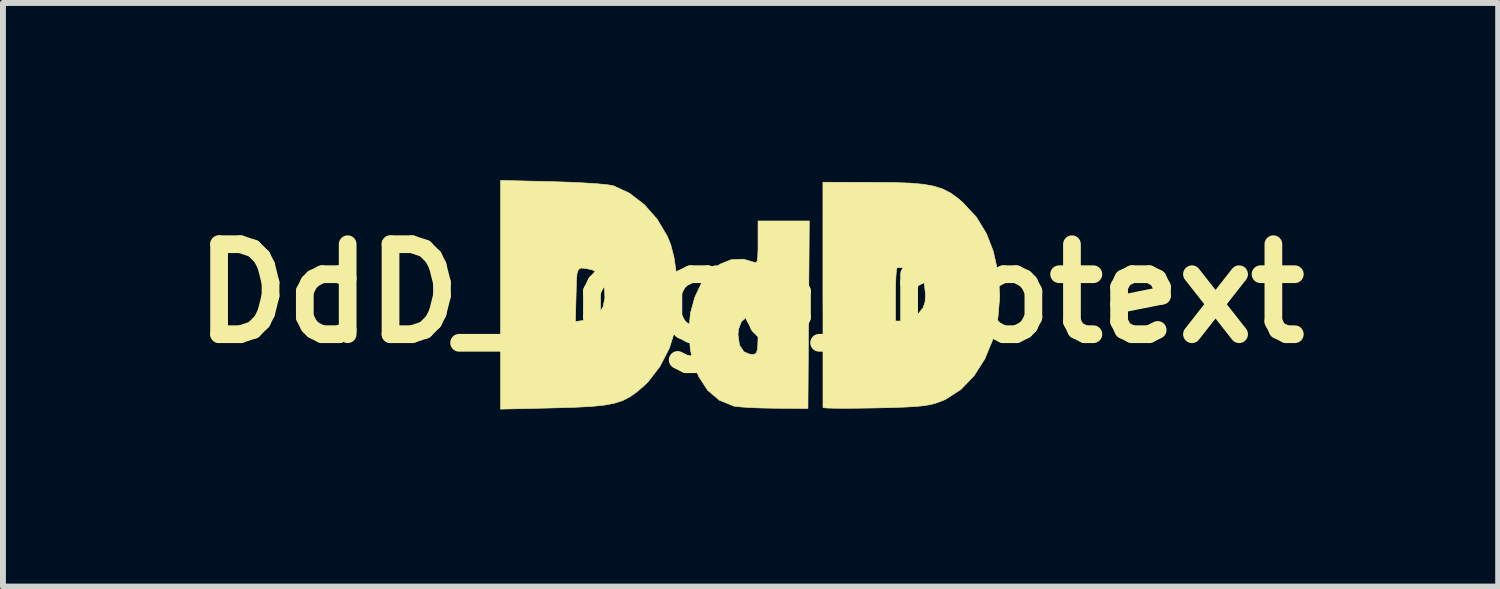
<source format=kicad_pcb>
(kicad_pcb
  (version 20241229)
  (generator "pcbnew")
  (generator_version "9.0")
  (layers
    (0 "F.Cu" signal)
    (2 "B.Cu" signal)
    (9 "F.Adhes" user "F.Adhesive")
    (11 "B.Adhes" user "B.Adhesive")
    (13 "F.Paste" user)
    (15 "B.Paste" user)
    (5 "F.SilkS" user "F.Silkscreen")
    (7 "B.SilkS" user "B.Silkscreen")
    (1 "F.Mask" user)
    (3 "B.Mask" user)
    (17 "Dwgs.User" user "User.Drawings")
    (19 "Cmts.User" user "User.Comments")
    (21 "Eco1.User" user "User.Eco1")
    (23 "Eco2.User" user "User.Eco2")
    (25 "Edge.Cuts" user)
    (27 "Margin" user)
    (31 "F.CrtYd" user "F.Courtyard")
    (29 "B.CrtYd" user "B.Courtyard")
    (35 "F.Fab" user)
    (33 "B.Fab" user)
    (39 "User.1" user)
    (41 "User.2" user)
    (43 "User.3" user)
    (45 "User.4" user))
  (footprint "DdD_logo_notext"
    (layer "F.Cu")
    (at 9.659 1.92)
    (property "Reference" "DdD_logo_notext" (at 0 0 0) (layer "F.SilkS") (effects (font (size 1.524 1.524) (thickness 0.3))))
    (attr through_hole)
    (fp_poly (pts (xy 0.983 0.36) (xy 0.972 1.947) (xy 0.412 1.943) (xy 0.189 1.939) (xy -0.014 1.931) (xy -0.177 1.92) (xy -0.278 1.908) (xy -0.285 1.906) (xy -0.528 1.807) (xy -0.728 1.637) (xy -0.882 1.398) (xy -0.989 1.095) (xy -1.02 0.942) (xy -1.039 0.697) (xy -0.212 0.697) (xy -0.187 0.875) (xy -0.112 0.986) (xy -0.021 1.026) (xy 0.053 1.034) (xy 0.097 1.01) (xy 0.119 0.94) (xy 0.126 0.807) (xy 0.127 0.72) (xy 0.124 0.564) (xy 0.112 0.472) (xy 0.084 0.424) (xy 0.039 0.401) (xy -0.07 0.404) (xy -0.155 0.476) (xy -0.204 0.606) (xy -0.212 0.697) (xy -1.039 0.697) (xy -1.045 0.629) (xy -1.018 0.334) (xy -0.945 0.066) (xy -0.834 -0.168) (xy -0.689 -0.358) (xy -0.518 -0.496) (xy -0.326 -0.573) (xy -0.12 -0.581) (xy 0.053 -0.531) (xy 0.089 -0.523) (xy 0.111 -0.546) (xy 0.122 -0.616) (xy 0.127 -0.746) (xy 0.127 -0.863) (xy 0.127 -1.228) (xy 0.561 -1.228) (xy 0.995 -1.228) (xy 0.983 0.36)) (stroke (width 0.01) (type solid)) (fill yes) (layer "F.SilkS"))
    (fp_poly (pts (xy -3.355 -1.894) (xy -3.08 -1.885) (xy -2.825 -1.873) (xy -2.605 -1.859) (xy -2.435 -1.843) (xy -2.332 -1.827) (xy -2.321 -1.824) (xy -2.051 -1.699) (xy -1.799 -1.505) (xy -1.58 -1.257) (xy -1.41 -0.971) (xy -1.351 -0.826) (xy -1.296 -0.613) (xy -1.257 -0.347) (xy -1.235 -0.056) (xy -1.232 0.23) (xy -1.25 0.481) (xy -1.268 0.587) (xy -1.374 0.925) (xy -1.534 1.235) (xy -1.734 1.495) (xy -1.799 1.558) (xy -1.923 1.665) (xy -2.04 1.749) (xy -2.164 1.812) (xy -2.306 1.859) (xy -2.481 1.891) (xy -2.701 1.913) (xy -2.98 1.927) (xy -3.33 1.937) (xy -3.334 1.937) (xy -4.233 1.958) (xy -4.233 0.477) (xy -2.966 0.477) (xy -2.809 0.452) (xy -2.68 0.413) (xy -2.577 0.352) (xy -2.57 0.345) (xy -2.497 0.225) (xy -2.466 0.072) (xy -2.473 -0.09) (xy -2.516 -0.239) (xy -2.591 -0.351) (xy -2.678 -0.4) (xy -2.793 -0.425) (xy -2.869 -0.432) (xy -2.914 -0.407) (xy -2.938 -0.339) (xy -2.948 -0.213) (xy -2.953 -0.017) (xy -2.954 0.016) (xy -2.966 0.477) (xy -4.233 0.477) (xy -4.233 -1.915) (xy -3.355 -1.894)) (stroke (width 0.01) (type solid)) (fill yes) (layer "F.SilkS"))
    (fp_poly (pts (xy 2.063 -1.882) (xy 2.42 -1.879) (xy 2.706 -1.869) (xy 2.933 -1.849) (xy 3.114 -1.815) (xy 3.263 -1.766) (xy 3.392 -1.699) (xy 3.514 -1.61) (xy 3.595 -1.54) (xy 3.824 -1.294) (xy 3.995 -1.014) (xy 4.11 -0.717) (xy 4.196 -0.336) (xy 4.22 0.049) (xy 4.188 0.425) (xy 4.102 0.781) (xy 3.967 1.108) (xy 3.786 1.392) (xy 3.564 1.624) (xy 3.304 1.792) (xy 3.227 1.824) (xy 3.136 1.857) (xy 3.042 1.882) (xy 2.932 1.9) (xy 2.791 1.914) (xy 2.605 1.924) (xy 2.36 1.932) (xy 2.106 1.938) (xy 1.844 1.942) (xy 1.613 1.944) (xy 1.425 1.943) (xy 1.294 1.939) (xy 1.231 1.933) (xy 1.227 1.931) (xy 1.227 1.885) (xy 1.227 1.762) (xy 1.227 1.572) (xy 1.227 1.324) (xy 1.227 1.025) (xy 1.227 0.684) (xy 1.227 0.311) (xy 1.226 0.028) (xy 2.455 0.028) (xy 2.455 0.466) (xy 2.586 0.466) (xy 2.733 0.425) (xy 2.84 0.342) (xy 2.919 0.247) (xy 2.955 0.146) (xy 2.963 0.008) (xy 2.939 -0.187) (xy 2.862 -0.321) (xy 2.724 -0.402) (xy 2.659 -0.42) (xy 2.552 -0.438) (xy 2.485 -0.436) (xy 2.479 -0.433) (xy 2.469 -0.383) (xy 2.461 -0.268) (xy 2.456 -0.106) (xy 2.455 0.028) (xy 1.226 0.028) (xy 1.226 0.011) (xy 1.226 -1.884) (xy 2.063 -1.882)) (stroke (width 0.01) (type solid)) (fill yes) (layer "F.SilkS")))
  (gr_rect
    (start -3 -3)
    (end 22.319 6.882)
    (stroke (width 0.1) (type default))
    (fill no)
    (layer "Edge.Cuts")))
</source>
